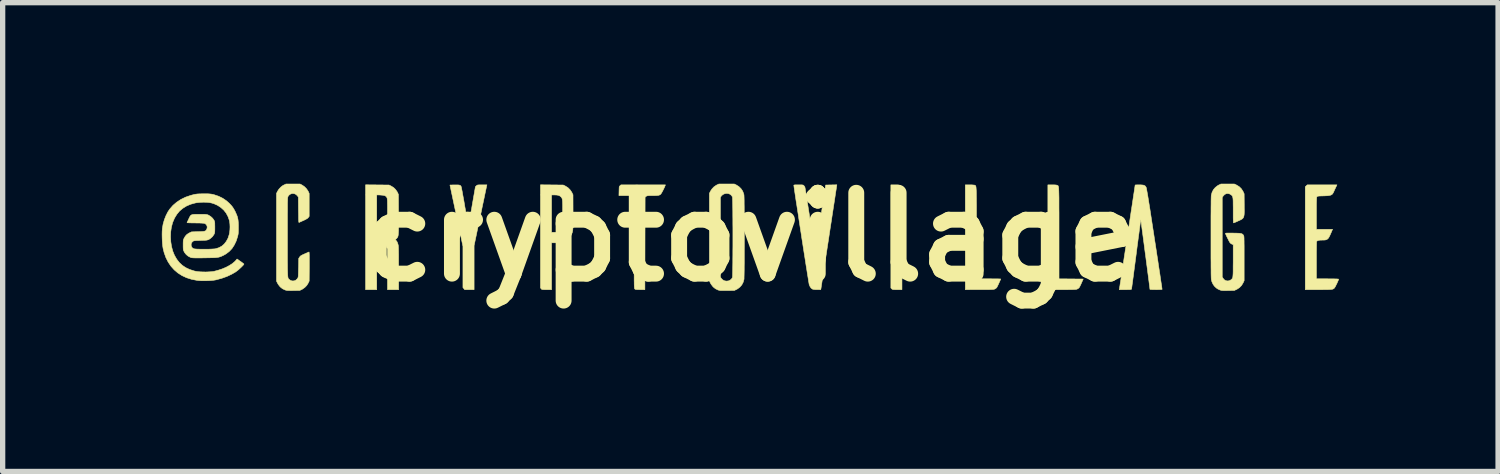
<source format=kicad_pcb>
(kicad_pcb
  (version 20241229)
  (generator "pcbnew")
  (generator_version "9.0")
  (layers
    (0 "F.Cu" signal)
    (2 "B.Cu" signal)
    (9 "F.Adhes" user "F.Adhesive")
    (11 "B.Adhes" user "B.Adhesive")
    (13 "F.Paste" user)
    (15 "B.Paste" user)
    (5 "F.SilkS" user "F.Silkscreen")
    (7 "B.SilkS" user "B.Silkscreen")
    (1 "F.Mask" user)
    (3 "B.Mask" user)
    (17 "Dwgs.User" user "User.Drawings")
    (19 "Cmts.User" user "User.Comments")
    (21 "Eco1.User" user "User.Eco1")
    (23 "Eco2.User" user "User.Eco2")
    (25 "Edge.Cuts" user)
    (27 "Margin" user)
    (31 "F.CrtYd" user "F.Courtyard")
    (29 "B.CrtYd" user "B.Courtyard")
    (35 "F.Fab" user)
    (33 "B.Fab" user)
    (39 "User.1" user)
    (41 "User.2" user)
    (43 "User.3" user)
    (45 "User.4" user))
  (footprint "cryptovillage"
    (layer "F.Cu")
    (at 11.092 1.418)
    (property "Reference" "cryptovillage" (at 0 0 0) (layer "F.SilkS") (effects (font (size 1.524 1.524) (thickness 0.3))))
    (attr through_hole)
    (fp_poly (pts (xy 2.765 -0.984) (xy 2.794 -0.981) (xy 2.815 -0.976) (xy 2.83 -0.968) (xy 2.841 -0.955) (xy 2.847 -0.944) (xy 2.849 -0.94) (xy 2.85 -0.935) (xy 2.851 -0.927) (xy 2.852 -0.916) (xy 2.853 -0.902) (xy 2.854 -0.884) (xy 2.854 -0.861) (xy 2.855 -0.833) (xy 2.856 -0.799) (xy 2.856 -0.759) (xy 2.856 -0.711) (xy 2.857 -0.656) (xy 2.857 -0.592) (xy 2.857 -0.519) (xy 2.857 -0.437) (xy 2.857 -0.345) (xy 2.857 -0.242) (xy 2.857 -0.128) (xy 2.857 -0.001) (xy 2.857 0.034) (xy 2.857 0.991) (xy 2.768 0.991) (xy 2.733 0.991) (xy 2.708 0.99) (xy 2.691 0.989) (xy 2.68 0.986) (xy 2.672 0.982) (xy 2.665 0.977) (xy 2.664 0.975) (xy 2.648 0.959) (xy 2.648 -0.984) (xy 2.724 -0.984) (xy 2.765 -0.984)) (stroke (width 0.01) (type solid)) (fill yes) (layer "F.SilkS"))
    (fp_poly (pts (xy 5.723 -0.984) (xy 5.753 -0.982) (xy 5.774 -0.979) (xy 5.782 -0.977) (xy 5.787 -0.975) (xy 5.791 -0.973) (xy 5.795 -0.971) (xy 5.799 -0.967) (xy 5.802 -0.963) (xy 5.804 -0.955) (xy 5.807 -0.945) (xy 5.809 -0.932) (xy 5.811 -0.914) (xy 5.812 -0.891) (xy 5.813 -0.863) (xy 5.814 -0.829) (xy 5.815 -0.788) (xy 5.816 -0.74) (xy 5.816 -0.684) (xy 5.816 -0.619) (xy 5.816 -0.545) (xy 5.817 -0.462) (xy 5.817 -0.367) (xy 5.817 -0.262) (xy 5.817 -0.145) (xy 5.817 -0.073) (xy 5.817 0.787) (xy 6.273 0.791) (xy 6.241 0.864) (xy 6.225 0.9) (xy 6.212 0.926) (xy 6.202 0.945) (xy 6.193 0.957) (xy 6.183 0.966) (xy 6.172 0.973) (xy 6.163 0.978) (xy 6.156 0.981) (xy 6.149 0.983) (xy 6.139 0.986) (xy 6.127 0.987) (xy 6.11 0.988) (xy 6.088 0.989) (xy 6.059 0.99) (xy 6.021 0.99) (xy 5.975 0.991) (xy 5.918 0.991) (xy 5.872 0.991) (xy 5.607 0.991) (xy 5.607 -0.984) (xy 5.686 -0.984) (xy 5.723 -0.984)) (stroke (width 0.01) (type solid)) (fill yes) (layer "F.SilkS"))
    (fp_poly (pts (xy 4.166 -0.984) (xy 4.195 -0.982) (xy 4.216 -0.98) (xy 4.229 -0.978) (xy 4.229 -0.978) (xy 4.234 -0.976) (xy 4.238 -0.973) (xy 4.241 -0.971) (xy 4.245 -0.967) (xy 4.247 -0.962) (xy 4.25 -0.954) (xy 4.252 -0.943) (xy 4.254 -0.929) (xy 4.255 -0.91) (xy 4.257 -0.886) (xy 4.258 -0.857) (xy 4.259 -0.822) (xy 4.259 -0.78) (xy 4.26 -0.73) (xy 4.26 -0.672) (xy 4.261 -0.606) (xy 4.261 -0.53) (xy 4.261 -0.445) (xy 4.261 -0.349) (xy 4.261 -0.241) (xy 4.261 -0.122) (xy 4.261 -0.073) (xy 4.261 0.787) (xy 4.489 0.787) (xy 4.542 0.787) (xy 4.59 0.788) (xy 4.633 0.788) (xy 4.668 0.788) (xy 4.695 0.789) (xy 4.712 0.789) (xy 4.718 0.79) (xy 4.716 0.797) (xy 4.709 0.813) (xy 4.699 0.836) (xy 4.687 0.862) (xy 4.675 0.889) (xy 4.663 0.914) (xy 4.653 0.934) (xy 4.646 0.948) (xy 4.644 0.951) (xy 4.632 0.963) (xy 4.615 0.975) (xy 4.608 0.978) (xy 4.601 0.981) (xy 4.593 0.984) (xy 4.582 0.986) (xy 4.568 0.987) (xy 4.549 0.988) (xy 4.524 0.989) (xy 4.492 0.99) (xy 4.451 0.99) (xy 4.401 0.99) (xy 4.339 0.99) (xy 4.316 0.99) (xy 4.051 0.991) (xy 4.051 -0.984) (xy 4.134 -0.984) (xy 4.166 -0.984)) (stroke (width 0.01) (type solid)) (fill yes) (layer "F.SilkS"))
    (fp_poly (pts (xy -4.969 -0.97) (xy -4.971 -0.962) (xy -4.975 -0.942) (xy -4.981 -0.912) (xy -4.99 -0.872) (xy -5 -0.823) (xy -5.012 -0.766) (xy -5.025 -0.702) (xy -5.04 -0.633) (xy -5.056 -0.558) (xy -5.072 -0.478) (xy -5.09 -0.397) (xy -5.207 0.162) (xy -5.207 0.991) (xy -5.384 0.991) (xy -5.4 0.971) (xy -5.417 0.952) (xy -5.417 0.175) (xy -5.662 -0.981) (xy -5.574 -0.983) (xy -5.533 -0.983) (xy -5.503 -0.982) (xy -5.482 -0.979) (xy -5.467 -0.973) (xy -5.457 -0.963) (xy -5.45 -0.95) (xy -5.449 -0.947) (xy -5.447 -0.938) (xy -5.443 -0.917) (xy -5.437 -0.887) (xy -5.429 -0.847) (xy -5.421 -0.799) (xy -5.411 -0.745) (xy -5.4 -0.686) (xy -5.389 -0.622) (xy -5.382 -0.578) (xy -5.37 -0.512) (xy -5.359 -0.45) (xy -5.349 -0.393) (xy -5.34 -0.342) (xy -5.332 -0.297) (xy -5.326 -0.261) (xy -5.321 -0.235) (xy -5.317 -0.218) (xy -5.316 -0.214) (xy -5.314 -0.218) (xy -5.31 -0.233) (xy -5.305 -0.26) (xy -5.297 -0.297) (xy -5.289 -0.343) (xy -5.278 -0.399) (xy -5.267 -0.462) (xy -5.254 -0.533) (xy -5.247 -0.576) (xy -5.182 -0.949) (xy -5.163 -0.967) (xy -5.155 -0.974) (xy -5.147 -0.978) (xy -5.137 -0.982) (xy -5.122 -0.983) (xy -5.101 -0.984) (xy -5.07 -0.984) (xy -5.054 -0.984) (xy -4.965 -0.984) (xy -4.969 -0.97)) (stroke (width 0.01) (type solid)) (fill yes) (layer "F.SilkS"))
    (fp_poly (pts (xy -1.606 -0.97) (xy -1.617 -0.943) (xy -1.631 -0.913) (xy -1.646 -0.883) (xy -1.661 -0.854) (xy -1.675 -0.83) (xy -1.686 -0.813) (xy -1.69 -0.808) (xy -1.703 -0.798) (xy -1.717 -0.791) (xy -1.736 -0.786) (xy -1.762 -0.783) (xy -1.795 -0.782) (xy -1.839 -0.781) (xy -1.849 -0.781) (xy -1.887 -0.781) (xy -1.914 -0.781) (xy -1.933 -0.779) (xy -1.946 -0.777) (xy -1.955 -0.774) (xy -1.962 -0.769) (xy -1.967 -0.766) (xy -1.984 -0.75) (xy -1.986 0.12) (xy -1.988 0.991) (xy -2.077 0.991) (xy -2.112 0.99) (xy -2.138 0.99) (xy -2.155 0.988) (xy -2.166 0.986) (xy -2.173 0.982) (xy -2.178 0.978) (xy -2.18 0.976) (xy -2.181 0.973) (xy -2.183 0.97) (xy -2.184 0.964) (xy -2.185 0.956) (xy -2.186 0.945) (xy -2.187 0.93) (xy -2.188 0.911) (xy -2.189 0.886) (xy -2.189 0.856) (xy -2.19 0.82) (xy -2.19 0.777) (xy -2.19 0.726) (xy -2.19 0.667) (xy -2.191 0.6) (xy -2.191 0.522) (xy -2.191 0.435) (xy -2.191 0.337) (xy -2.191 0.228) (xy -2.191 0.106) (xy -2.191 -0.781) (xy -2.477 -0.781) (xy -2.475 -0.867) (xy -2.474 -0.902) (xy -2.473 -0.926) (xy -2.472 -0.942) (xy -2.469 -0.953) (xy -2.464 -0.96) (xy -2.458 -0.967) (xy -2.456 -0.969) (xy -2.438 -0.984) (xy -1.601 -0.984) (xy -1.606 -0.97)) (stroke (width 0.01) (type solid)) (fill yes) (layer "F.SilkS"))
    (fp_poly (pts (xy -3.742 -0.983) (xy -3.527 -0.981) (xy -3.486 -0.961) (xy -3.438 -0.931) (xy -3.398 -0.891) (xy -3.367 -0.846) (xy -3.363 -0.838) (xy -3.343 -0.797) (xy -3.342 -0.481) (xy -3.341 -0.404) (xy -3.341 -0.337) (xy -3.341 -0.281) (xy -3.342 -0.234) (xy -3.343 -0.195) (xy -3.345 -0.163) (xy -3.347 -0.137) (xy -3.35 -0.115) (xy -3.354 -0.096) (xy -3.359 -0.079) (xy -3.366 -0.063) (xy -3.373 -0.047) (xy -3.375 -0.042) (xy -3.389 -0.017) (xy -3.407 0.009) (xy -3.419 0.024) (xy -3.451 0.054) (xy -3.488 0.077) (xy -3.531 0.093) (xy -3.582 0.103) (xy -3.642 0.107) (xy -3.669 0.108) (xy -3.747 0.108) (xy -3.747 0.991) (xy -3.838 0.991) (xy -3.874 0.991) (xy -3.899 0.99) (xy -3.916 0.989) (xy -3.927 0.987) (xy -3.934 0.983) (xy -3.94 0.978) (xy -3.943 0.974) (xy -3.956 0.957) (xy -3.956 -0.089) (xy -3.747 -0.089) (xy -3.682 -0.089) (xy -3.65 -0.089) (xy -3.628 -0.091) (xy -3.612 -0.095) (xy -3.598 -0.1) (xy -3.595 -0.102) (xy -3.576 -0.116) (xy -3.558 -0.134) (xy -3.556 -0.138) (xy -3.54 -0.161) (xy -3.538 -0.423) (xy -3.538 -0.493) (xy -3.538 -0.552) (xy -3.538 -0.6) (xy -3.539 -0.639) (xy -3.54 -0.67) (xy -3.542 -0.694) (xy -3.545 -0.713) (xy -3.549 -0.727) (xy -3.554 -0.738) (xy -3.561 -0.748) (xy -3.568 -0.756) (xy -3.571 -0.759) (xy -3.591 -0.775) (xy -3.615 -0.786) (xy -3.647 -0.792) (xy -3.687 -0.794) (xy -3.694 -0.794) (xy -3.747 -0.794) (xy -3.747 -0.089) (xy -3.956 -0.089) (xy -3.956 -0.985) (xy -3.742 -0.983)) (stroke (width 0.01) (type solid)) (fill yes) (layer "F.SilkS"))
    (fp_poly (pts (xy 11.029 -0.929) (xy 11.016 -0.901) (xy 11.004 -0.875) (xy 10.995 -0.854) (xy 10.992 -0.848) (xy 10.981 -0.827) (xy 10.969 -0.81) (xy 10.954 -0.798) (xy 10.933 -0.789) (xy 10.906 -0.783) (xy 10.87 -0.779) (xy 10.825 -0.777) (xy 10.8 -0.776) (xy 10.759 -0.775) (xy 10.729 -0.774) (xy 10.708 -0.772) (xy 10.695 -0.77) (xy 10.686 -0.768) (xy 10.681 -0.764) (xy 10.677 -0.76) (xy 10.675 -0.755) (xy 10.673 -0.747) (xy 10.672 -0.735) (xy 10.671 -0.717) (xy 10.67 -0.693) (xy 10.669 -0.661) (xy 10.668 -0.621) (xy 10.668 -0.571) (xy 10.668 -0.51) (xy 10.668 -0.446) (xy 10.668 -0.146) (xy 10.972 -0.146) (xy 10.95 -0.094) (xy 10.93 -0.048) (xy 10.913 -0.012) (xy 10.898 0.015) (xy 10.882 0.033) (xy 10.865 0.045) (xy 10.844 0.053) (xy 10.819 0.056) (xy 10.788 0.057) (xy 10.777 0.057) (xy 10.736 0.058) (xy 10.706 0.063) (xy 10.686 0.07) (xy 10.674 0.082) (xy 10.672 0.086) (xy 10.671 0.094) (xy 10.671 0.114) (xy 10.67 0.144) (xy 10.669 0.183) (xy 10.669 0.23) (xy 10.668 0.283) (xy 10.668 0.343) (xy 10.668 0.406) (xy 10.668 0.442) (xy 10.668 0.787) (xy 10.878 0.787) (xy 10.942 0.788) (xy 10.995 0.788) (xy 11.037 0.789) (xy 11.066 0.79) (xy 11.083 0.792) (xy 11.087 0.794) (xy 11.084 0.804) (xy 11.077 0.823) (xy 11.066 0.847) (xy 11.054 0.875) (xy 11.04 0.902) (xy 11.028 0.927) (xy 11.017 0.946) (xy 11.01 0.957) (xy 11.009 0.958) (xy 11.002 0.966) (xy 10.994 0.972) (xy 10.984 0.978) (xy 10.973 0.982) (xy 10.957 0.985) (xy 10.936 0.987) (xy 10.908 0.989) (xy 10.873 0.99) (xy 10.829 0.99) (xy 10.775 0.991) (xy 10.71 0.991) (xy 10.706 0.991) (xy 10.458 0.991) (xy 10.458 -0.947) (xy 10.477 -0.966) (xy 10.496 -0.984) (xy 10.775 -0.984) (xy 11.055 -0.984) (xy 11.029 -0.929)) (stroke (width 0.01) (type solid)) (fill yes) (layer "F.SilkS"))
    (fp_poly (pts (xy -7.031 -0.983) (xy -6.81 -0.981) (xy -6.768 -0.96) (xy -6.723 -0.932) (xy -6.685 -0.894) (xy -6.654 -0.849) (xy -6.649 -0.838) (xy -6.633 -0.803) (xy -6.631 -0.433) (xy -6.63 -0.349) (xy -6.63 -0.277) (xy -6.63 -0.216) (xy -6.631 -0.165) (xy -6.631 -0.123) (xy -6.633 -0.088) (xy -6.635 -0.06) (xy -6.637 -0.038) (xy -6.64 -0.02) (xy -6.645 -0.006) (xy -6.65 0.004) (xy -6.656 0.014) (xy -6.663 0.022) (xy -6.67 0.03) (xy -6.683 0.042) (xy -6.687 0.05) (xy -6.684 0.056) (xy -6.679 0.062) (xy -6.661 0.084) (xy -6.647 0.116) (xy -6.637 0.151) (xy -6.635 0.165) (xy -6.633 0.191) (xy -6.632 0.228) (xy -6.631 0.276) (xy -6.63 0.337) (xy -6.63 0.41) (xy -6.63 0.495) (xy -6.629 0.588) (xy -6.629 0.991) (xy -6.839 0.991) (xy -6.839 0.224) (xy -6.853 0.197) (xy -6.867 0.176) (xy -6.883 0.162) (xy -6.904 0.153) (xy -6.932 0.148) (xy -6.97 0.146) (xy -6.977 0.146) (xy -7.042 0.146) (xy -7.042 0.991) (xy -7.252 0.991) (xy -7.252 -0.049) (xy -7.042 -0.049) (xy -6.974 -0.052) (xy -6.931 -0.056) (xy -6.9 -0.061) (xy -6.885 -0.066) (xy -6.868 -0.079) (xy -6.854 -0.097) (xy -6.852 -0.101) (xy -6.849 -0.108) (xy -6.846 -0.115) (xy -6.844 -0.123) (xy -6.843 -0.135) (xy -6.841 -0.151) (xy -6.84 -0.172) (xy -6.84 -0.2) (xy -6.839 -0.235) (xy -6.839 -0.28) (xy -6.839 -0.334) (xy -6.839 -0.399) (xy -6.839 -0.424) (xy -6.839 -0.493) (xy -6.839 -0.552) (xy -6.839 -0.599) (xy -6.84 -0.638) (xy -6.84 -0.668) (xy -6.841 -0.692) (xy -6.843 -0.709) (xy -6.844 -0.722) (xy -6.846 -0.732) (xy -6.848 -0.739) (xy -6.85 -0.743) (xy -6.862 -0.761) (xy -6.878 -0.775) (xy -6.9 -0.784) (xy -6.931 -0.789) (xy -6.971 -0.792) (xy -6.973 -0.793) (xy -7.042 -0.795) (xy -7.042 -0.049) (xy -7.252 -0.049) (xy -7.252 -0.985) (xy -7.031 -0.983)) (stroke (width 0.01) (type solid)) (fill yes) (layer "F.SilkS"))
    (fp_poly (pts (xy -0.265 -0.982) (xy -0.217 -0.952) (xy -0.176 -0.912) (xy -0.145 -0.866) (xy -0.125 -0.814) (xy -0.121 -0.794) (xy -0.12 -0.783) (xy -0.119 -0.76) (xy -0.118 -0.726) (xy -0.117 -0.683) (xy -0.117 -0.63) (xy -0.116 -0.57) (xy -0.116 -0.503) (xy -0.115 -0.429) (xy -0.115 -0.351) (xy -0.115 -0.269) (xy -0.114 -0.184) (xy -0.114 -0.097) (xy -0.114 -0.009) (xy -0.114 0.079) (xy -0.114 0.167) (xy -0.115 0.252) (xy -0.115 0.335) (xy -0.115 0.414) (xy -0.115 0.489) (xy -0.116 0.557) (xy -0.116 0.619) (xy -0.117 0.673) (xy -0.118 0.719) (xy -0.119 0.755) (xy -0.119 0.781) (xy -0.12 0.795) (xy -0.12 0.796) (xy -0.135 0.85) (xy -0.161 0.9) (xy -0.197 0.942) (xy -0.24 0.975) (xy -0.26 0.986) (xy -0.301 1.006) (xy -0.438 1.008) (xy -0.484 1.008) (xy -0.52 1.008) (xy -0.547 1.008) (xy -0.567 1.007) (xy -0.583 1.004) (xy -0.596 1.001) (xy -0.608 0.998) (xy -0.659 0.973) (xy -0.702 0.938) (xy -0.737 0.894) (xy -0.754 0.864) (xy -0.772 0.829) (xy -0.772 -0.747) (xy -0.565 -0.747) (xy -0.565 0.754) (xy -0.551 0.775) (xy -0.524 0.804) (xy -0.491 0.823) (xy -0.453 0.83) (xy -0.413 0.826) (xy -0.411 0.825) (xy -0.382 0.812) (xy -0.357 0.791) (xy -0.34 0.766) (xy -0.339 0.764) (xy -0.337 0.754) (xy -0.336 0.733) (xy -0.335 0.701) (xy -0.334 0.659) (xy -0.333 0.608) (xy -0.332 0.549) (xy -0.331 0.484) (xy -0.331 0.413) (xy -0.33 0.337) (xy -0.33 0.256) (xy -0.329 0.173) (xy -0.329 0.089) (xy -0.329 0.003) (xy -0.329 -0.083) (xy -0.329 -0.168) (xy -0.33 -0.251) (xy -0.33 -0.331) (xy -0.331 -0.407) (xy -0.331 -0.478) (xy -0.332 -0.544) (xy -0.333 -0.602) (xy -0.334 -0.653) (xy -0.335 -0.695) (xy -0.336 -0.727) (xy -0.337 -0.748) (xy -0.339 -0.758) (xy -0.357 -0.786) (xy -0.383 -0.807) (xy -0.413 -0.819) (xy -0.447 -0.823) (xy -0.481 -0.818) (xy -0.512 -0.805) (xy -0.54 -0.783) (xy -0.551 -0.769) (xy -0.565 -0.747) (xy -0.772 -0.747) (xy -0.772 -0.822) (xy -0.755 -0.859) (xy -0.726 -0.904) (xy -0.689 -0.944) (xy -0.645 -0.975) (xy -0.636 -0.98) (xy -0.594 -1) (xy -0.302 -1) (xy -0.265 -0.982)) (stroke (width 0.01) (type solid)) (fill yes) (layer "F.SilkS"))
    (fp_poly (pts (xy 1.625 -0.951) (xy 1.623 -0.941) (xy 1.62 -0.919) (xy 1.615 -0.886) (xy 1.608 -0.843) (xy 1.6 -0.79) (xy 1.591 -0.728) (xy 1.58 -0.657) (xy 1.568 -0.58) (xy 1.555 -0.495) (xy 1.541 -0.404) (xy 1.527 -0.309) (xy 1.511 -0.208) (xy 1.495 -0.103) (xy 1.479 0.004) (xy 1.477 0.019) (xy 1.46 0.127) (xy 1.444 0.231) (xy 1.429 0.332) (xy 1.414 0.427) (xy 1.4 0.518) (xy 1.387 0.602) (xy 1.375 0.68) (xy 1.365 0.75) (xy 1.355 0.811) (xy 1.347 0.864) (xy 1.34 0.908) (xy 1.335 0.941) (xy 1.332 0.962) (xy 1.33 0.973) (xy 1.33 0.973) (xy 1.326 0.991) (xy 1.258 0.99) (xy 1.222 0.99) (xy 1.196 0.987) (xy 1.177 0.983) (xy 1.17 0.98) (xy 1.145 0.962) (xy 1.125 0.933) (xy 1.109 0.897) (xy 1.108 0.892) (xy 1.106 0.883) (xy 1.103 0.862) (xy 1.097 0.831) (xy 1.091 0.789) (xy 1.083 0.739) (xy 1.073 0.68) (xy 1.063 0.614) (xy 1.051 0.541) (xy 1.039 0.463) (xy 1.026 0.379) (xy 1.012 0.292) (xy 0.998 0.202) (xy 0.984 0.11) (xy 0.969 0.016) (xy 0.955 -0.078) (xy 0.94 -0.172) (xy 0.926 -0.265) (xy 0.912 -0.356) (xy 0.899 -0.444) (xy 0.886 -0.528) (xy 0.874 -0.607) (xy 0.862 -0.681) (xy 0.852 -0.748) (xy 0.843 -0.809) (xy 0.835 -0.861) (xy 0.829 -0.904) (xy 0.824 -0.938) (xy 0.821 -0.961) (xy 0.819 -0.973) (xy 0.819 -0.973) (xy 0.82 -0.978) (xy 0.825 -0.981) (xy 0.836 -0.983) (xy 0.853 -0.984) (xy 0.881 -0.984) (xy 0.907 -0.984) (xy 0.942 -0.984) (xy 0.967 -0.984) (xy 0.984 -0.982) (xy 0.994 -0.98) (xy 1.002 -0.976) (xy 1.007 -0.97) (xy 1.008 -0.97) (xy 1.02 -0.955) (xy 1.027 -0.943) (xy 1.029 -0.935) (xy 1.033 -0.915) (xy 1.038 -0.885) (xy 1.045 -0.845) (xy 1.053 -0.795) (xy 1.062 -0.737) (xy 1.072 -0.672) (xy 1.083 -0.601) (xy 1.095 -0.524) (xy 1.108 -0.442) (xy 1.121 -0.356) (xy 1.128 -0.311) (xy 1.141 -0.225) (xy 1.154 -0.142) (xy 1.166 -0.064) (xy 1.177 0.009) (xy 1.188 0.075) (xy 1.197 0.134) (xy 1.205 0.185) (xy 1.212 0.228) (xy 1.218 0.261) (xy 1.222 0.283) (xy 1.224 0.294) (xy 1.224 0.295) (xy 1.226 0.287) (xy 1.229 0.267) (xy 1.233 0.237) (xy 1.239 0.197) (xy 1.247 0.147) (xy 1.256 0.089) (xy 1.266 0.024) (xy 1.277 -0.047) (xy 1.288 -0.125) (xy 1.301 -0.207) (xy 1.314 -0.293) (xy 1.323 -0.349) (xy 1.419 -0.981) (xy 1.63 -0.985) (xy 1.625 -0.951)) (stroke (width 0.01) (type solid)) (fill yes) (layer "F.SilkS"))
    (fp_poly (pts (xy 7.371 -0.983) (xy 7.402 -0.98) (xy 7.424 -0.974) (xy 7.441 -0.963) (xy 7.453 -0.948) (xy 7.461 -0.932) (xy 7.464 -0.922) (xy 7.468 -0.9) (xy 7.474 -0.866) (xy 7.482 -0.821) (xy 7.492 -0.764) (xy 7.503 -0.695) (xy 7.516 -0.614) (xy 7.531 -0.521) (xy 7.547 -0.416) (xy 7.565 -0.298) (xy 7.585 -0.168) (xy 7.607 -0.026) (xy 7.616 0.035) (xy 7.633 0.143) (xy 7.649 0.247) (xy 7.664 0.347) (xy 7.679 0.443) (xy 7.692 0.533) (xy 7.705 0.617) (xy 7.717 0.694) (xy 7.727 0.763) (xy 7.736 0.824) (xy 7.744 0.876) (xy 7.751 0.919) (xy 7.755 0.951) (xy 7.758 0.973) (xy 7.76 0.982) (xy 7.76 0.983) (xy 7.757 0.986) (xy 7.747 0.988) (xy 7.728 0.989) (xy 7.7 0.99) (xy 7.661 0.991) (xy 7.645 0.991) (xy 7.609 0.99) (xy 7.577 0.99) (xy 7.552 0.988) (xy 7.536 0.987) (xy 7.531 0.985) (xy 7.53 0.978) (xy 7.528 0.959) (xy 7.524 0.929) (xy 7.519 0.89) (xy 7.513 0.843) (xy 7.506 0.788) (xy 7.498 0.727) (xy 7.489 0.66) (xy 7.48 0.589) (xy 7.47 0.514) (xy 7.46 0.437) (xy 7.45 0.359) (xy 7.439 0.28) (xy 7.429 0.202) (xy 7.419 0.126) (xy 7.409 0.052) (xy 7.4 -0.018) (xy 7.391 -0.084) (xy 7.383 -0.144) (xy 7.376 -0.197) (xy 7.37 -0.242) (xy 7.365 -0.279) (xy 7.361 -0.306) (xy 7.359 -0.323) (xy 7.358 -0.327) (xy 7.357 -0.322) (xy 7.354 -0.304) (xy 7.35 -0.275) (xy 7.345 -0.237) (xy 7.339 -0.189) (xy 7.331 -0.132) (xy 7.323 -0.068) (xy 7.313 0.003) (xy 7.303 0.08) (xy 7.292 0.162) (xy 7.281 0.248) (xy 7.272 0.319) (xy 7.26 0.409) (xy 7.249 0.495) (xy 7.238 0.577) (xy 7.228 0.653) (xy 7.219 0.724) (xy 7.21 0.788) (xy 7.203 0.844) (xy 7.196 0.892) (xy 7.191 0.93) (xy 7.187 0.958) (xy 7.185 0.975) (xy 7.184 0.979) (xy 7.182 0.983) (xy 7.177 0.986) (xy 7.167 0.988) (xy 7.151 0.99) (xy 7.127 0.99) (xy 7.093 0.991) (xy 7.067 0.991) (xy 6.952 0.991) (xy 6.956 0.973) (xy 6.957 0.965) (xy 6.96 0.945) (xy 6.965 0.915) (xy 6.971 0.874) (xy 6.979 0.825) (xy 6.988 0.767) (xy 6.998 0.701) (xy 7.009 0.629) (xy 7.02 0.551) (xy 7.033 0.468) (xy 7.046 0.38) (xy 7.06 0.29) (xy 7.074 0.196) (xy 7.089 0.101) (xy 7.103 0.006) (xy 7.118 -0.09) (xy 7.132 -0.186) (xy 7.146 -0.279) (xy 7.16 -0.371) (xy 7.173 -0.459) (xy 7.186 -0.542) (xy 7.198 -0.622) (xy 7.209 -0.695) (xy 7.219 -0.762) (xy 7.228 -0.821) (xy 7.236 -0.872) (xy 7.242 -0.915) (xy 7.247 -0.947) (xy 7.25 -0.969) (xy 7.252 -0.979) (xy 7.252 -0.98) (xy 7.258 -0.982) (xy 7.274 -0.983) (xy 7.298 -0.984) (xy 7.327 -0.984) (xy 7.329 -0.984) (xy 7.371 -0.983)) (stroke (width 0.01) (type solid)) (fill yes) (layer "F.SilkS"))
    (fp_poly (pts (xy -8.449 -0.98) (xy -8.408 -0.953) (xy -8.37 -0.916) (xy -8.341 -0.875) (xy -8.332 -0.859) (xy -8.315 -0.822) (xy -8.315 -0.39) (xy -8.332 -0.368) (xy -8.343 -0.356) (xy -8.361 -0.344) (xy -8.386 -0.33) (xy -8.421 -0.313) (xy -8.424 -0.312) (xy -8.453 -0.299) (xy -8.478 -0.288) (xy -8.497 -0.279) (xy -8.507 -0.275) (xy -8.507 -0.275) (xy -8.509 -0.277) (xy -8.511 -0.286) (xy -8.512 -0.302) (xy -8.514 -0.326) (xy -8.515 -0.36) (xy -8.515 -0.404) (xy -8.516 -0.459) (xy -8.517 -0.513) (xy -8.519 -0.753) (xy -8.536 -0.777) (xy -8.563 -0.803) (xy -8.595 -0.818) (xy -8.629 -0.821) (xy -8.647 -0.818) (xy -8.676 -0.806) (xy -8.699 -0.786) (xy -8.712 -0.768) (xy -8.714 -0.764) (xy -8.715 -0.761) (xy -8.717 -0.756) (xy -8.718 -0.749) (xy -8.72 -0.74) (xy -8.721 -0.728) (xy -8.722 -0.712) (xy -8.722 -0.691) (xy -8.723 -0.666) (xy -8.724 -0.634) (xy -8.724 -0.596) (xy -8.724 -0.55) (xy -8.724 -0.496) (xy -8.725 -0.434) (xy -8.725 -0.362) (xy -8.725 -0.28) (xy -8.725 -0.187) (xy -8.725 -0.083) (xy -8.725 0.002) (xy -8.725 0.117) (xy -8.725 0.219) (xy -8.725 0.31) (xy -8.725 0.391) (xy -8.725 0.462) (xy -8.724 0.523) (xy -8.724 0.576) (xy -8.723 0.621) (xy -8.722 0.659) (xy -8.721 0.69) (xy -8.72 0.716) (xy -8.718 0.737) (xy -8.716 0.753) (xy -8.714 0.765) (xy -8.711 0.774) (xy -8.708 0.781) (xy -8.704 0.787) (xy -8.7 0.791) (xy -8.695 0.795) (xy -8.69 0.8) (xy -8.689 0.801) (xy -8.661 0.82) (xy -8.629 0.827) (xy -8.597 0.825) (xy -8.567 0.812) (xy -8.542 0.789) (xy -8.531 0.774) (xy -8.527 0.767) (xy -8.524 0.758) (xy -8.522 0.747) (xy -8.52 0.731) (xy -8.519 0.709) (xy -8.518 0.679) (xy -8.517 0.641) (xy -8.516 0.591) (xy -8.515 0.577) (xy -8.512 0.402) (xy -8.495 0.377) (xy -8.487 0.365) (xy -8.476 0.355) (xy -8.461 0.346) (xy -8.439 0.334) (xy -8.408 0.32) (xy -8.403 0.318) (xy -8.374 0.305) (xy -8.349 0.294) (xy -8.33 0.286) (xy -8.32 0.281) (xy -8.32 0.281) (xy -8.318 0.282) (xy -8.316 0.289) (xy -8.315 0.301) (xy -8.314 0.32) (xy -8.313 0.347) (xy -8.313 0.383) (xy -8.313 0.429) (xy -8.313 0.486) (xy -8.313 0.553) (xy -8.315 0.829) (xy -8.332 0.865) (xy -8.36 0.911) (xy -8.398 0.95) (xy -8.442 0.981) (xy -8.451 0.986) (xy -8.493 1.006) (xy -8.614 1.008) (xy -8.657 1.009) (xy -8.69 1.008) (xy -8.715 1.008) (xy -8.734 1.006) (xy -8.749 1.003) (xy -8.762 0.999) (xy -8.767 0.998) (xy -8.819 0.973) (xy -8.862 0.938) (xy -8.897 0.894) (xy -8.914 0.864) (xy -8.931 0.829) (xy -8.931 -0.822) (xy -8.913 -0.86) (xy -8.886 -0.902) (xy -8.85 -0.941) (xy -8.81 -0.972) (xy -8.792 -0.981) (xy -8.753 -1) (xy -8.487 -1) (xy -8.449 -0.98)) (stroke (width 0.01) (type solid)) (fill yes) (layer "F.SilkS"))
    (fp_poly (pts (xy 9.164 -0.98) (xy 9.213 -0.95) (xy 9.253 -0.911) (xy 9.283 -0.864) (xy 9.286 -0.859) (xy 9.306 -0.816) (xy 9.308 -0.611) (xy 9.308 -0.547) (xy 9.309 -0.495) (xy 9.308 -0.453) (xy 9.306 -0.42) (xy 9.301 -0.393) (xy 9.294 -0.372) (xy 9.284 -0.356) (xy 9.269 -0.342) (xy 9.25 -0.33) (xy 9.226 -0.318) (xy 9.197 -0.305) (xy 9.177 -0.296) (xy 9.151 -0.284) (xy 9.128 -0.275) (xy 9.112 -0.269) (xy 9.106 -0.267) (xy 9.104 -0.273) (xy 9.103 -0.292) (xy 9.101 -0.322) (xy 9.1 -0.364) (xy 9.1 -0.418) (xy 9.1 -0.482) (xy 9.1 -0.502) (xy 9.1 -0.566) (xy 9.099 -0.62) (xy 9.099 -0.663) (xy 9.098 -0.697) (xy 9.096 -0.723) (xy 9.093 -0.744) (xy 9.089 -0.759) (xy 9.085 -0.771) (xy 9.078 -0.78) (xy 9.071 -0.788) (xy 9.062 -0.795) (xy 9.031 -0.814) (xy 8.998 -0.821) (xy 8.966 -0.817) (xy 8.937 -0.801) (xy 8.912 -0.775) (xy 8.908 -0.769) (xy 8.893 -0.746) (xy 8.893 0.752) (xy 8.908 0.776) (xy 8.931 0.804) (xy 8.96 0.821) (xy 8.992 0.827) (xy 9.025 0.823) (xy 9.057 0.806) (xy 9.062 0.802) (xy 9.07 0.795) (xy 9.077 0.788) (xy 9.083 0.78) (xy 9.088 0.77) (xy 9.092 0.756) (xy 9.094 0.739) (xy 9.096 0.716) (xy 9.098 0.686) (xy 9.099 0.649) (xy 9.099 0.603) (xy 9.099 0.547) (xy 9.1 0.481) (xy 9.1 0.443) (xy 9.1 0.142) (xy 9.077 0.134) (xy 9.059 0.124) (xy 9.041 0.108) (xy 9.039 0.105) (xy 9.031 0.093) (xy 9.02 0.073) (xy 9.007 0.047) (xy 8.993 0.019) (xy 8.979 -0.009) (xy 8.967 -0.035) (xy 8.958 -0.055) (xy 8.954 -0.068) (xy 8.954 -0.071) (xy 8.958 -0.073) (xy 8.974 -0.075) (xy 9 -0.076) (xy 9.037 -0.076) (xy 9.087 -0.075) (xy 9.098 -0.075) (xy 9.149 -0.074) (xy 9.19 -0.073) (xy 9.22 -0.071) (xy 9.243 -0.067) (xy 9.261 -0.063) (xy 9.273 -0.056) (xy 9.283 -0.048) (xy 9.292 -0.037) (xy 9.294 -0.034) (xy 9.296 -0.03) (xy 9.298 -0.025) (xy 9.3 -0.018) (xy 9.302 -0.008) (xy 9.303 0.006) (xy 9.304 0.024) (xy 9.304 0.048) (xy 9.305 0.079) (xy 9.305 0.117) (xy 9.306 0.164) (xy 9.306 0.22) (xy 9.306 0.287) (xy 9.306 0.365) (xy 9.306 0.403) (xy 9.306 0.822) (xy 9.286 0.864) (xy 9.257 0.912) (xy 9.218 0.952) (xy 9.171 0.983) (xy 9.164 0.986) (xy 9.122 1.006) (xy 9.001 1.008) (xy 8.959 1.009) (xy 8.927 1.009) (xy 8.903 1.008) (xy 8.885 1.007) (xy 8.871 1.004) (xy 8.859 1) (xy 8.846 0.995) (xy 8.845 0.995) (xy 8.809 0.978) (xy 8.78 0.958) (xy 8.753 0.932) (xy 8.747 0.927) (xy 8.719 0.887) (xy 8.698 0.841) (xy 8.687 0.796) (xy 8.686 0.784) (xy 8.685 0.76) (xy 8.684 0.725) (xy 8.683 0.679) (xy 8.683 0.622) (xy 8.682 0.556) (xy 8.682 0.481) (xy 8.681 0.397) (xy 8.681 0.306) (xy 8.681 0.208) (xy 8.681 0.103) (xy 8.681 0.003) (xy 8.681 -0.107) (xy 8.681 -0.212) (xy 8.681 -0.309) (xy 8.681 -0.4) (xy 8.682 -0.483) (xy 8.682 -0.557) (xy 8.683 -0.622) (xy 8.683 -0.677) (xy 8.684 -0.723) (xy 8.685 -0.757) (xy 8.686 -0.779) (xy 8.687 -0.789) (xy 8.702 -0.844) (xy 8.727 -0.893) (xy 8.763 -0.935) (xy 8.807 -0.969) (xy 8.826 -0.98) (xy 8.868 -1) (xy 9.122 -1) (xy 9.164 -0.98)) (stroke (width 0.01) (type solid)) (fill yes) (layer "F.SilkS"))
    (fp_poly (pts (xy -10.297 -0.815) (xy -10.252 -0.815) (xy -10.218 -0.815) (xy -10.191 -0.813) (xy -10.169 -0.811) (xy -10.15 -0.808) (xy -10.13 -0.804) (xy -10.108 -0.798) (xy -10.107 -0.798) (xy -10.021 -0.769) (xy -9.944 -0.731) (xy -9.875 -0.684) (xy -9.822 -0.637) (xy -9.785 -0.598) (xy -9.756 -0.562) (xy -9.732 -0.523) (xy -9.708 -0.479) (xy -9.706 -0.473) (xy -9.687 -0.431) (xy -9.672 -0.394) (xy -9.662 -0.358) (xy -9.655 -0.32) (xy -9.651 -0.277) (xy -9.649 -0.226) (xy -9.649 -0.187) (xy -9.649 -0.143) (xy -9.65 -0.109) (xy -9.651 -0.082) (xy -9.653 -0.059) (xy -9.657 -0.039) (xy -9.662 -0.018) (xy -9.664 -0.01) (xy -9.691 0.075) (xy -9.727 0.15) (xy -9.77 0.216) (xy -9.822 0.271) (xy -9.881 0.316) (xy -9.928 0.343) (xy -9.952 0.354) (xy -9.973 0.364) (xy -9.993 0.371) (xy -10.013 0.377) (xy -10.035 0.382) (xy -10.06 0.385) (xy -10.091 0.388) (xy -10.128 0.389) (xy -10.173 0.39) (xy -10.228 0.391) (xy -10.287 0.392) (xy -10.348 0.393) (xy -10.397 0.393) (xy -10.436 0.393) (xy -10.467 0.393) (xy -10.491 0.392) (xy -10.509 0.391) (xy -10.523 0.39) (xy -10.535 0.388) (xy -10.544 0.385) (xy -10.554 0.381) (xy -10.555 0.381) (xy -10.595 0.36) (xy -10.632 0.33) (xy -10.662 0.293) (xy -10.672 0.274) (xy -10.68 0.259) (xy -10.684 0.246) (xy -10.688 0.231) (xy -10.689 0.213) (xy -10.69 0.188) (xy -10.69 0.153) (xy -10.69 0.149) (xy -10.69 0.113) (xy -10.689 0.087) (xy -10.688 0.068) (xy -10.685 0.052) (xy -10.68 0.039) (xy -10.674 0.025) (xy -10.65 -0.016) (xy -10.621 -0.048) (xy -10.584 -0.073) (xy -10.574 -0.078) (xy -10.532 -0.098) (xy -10.411 -0.102) (xy -10.365 -0.103) (xy -10.33 -0.105) (xy -10.304 -0.107) (xy -10.285 -0.111) (xy -10.271 -0.117) (xy -10.261 -0.124) (xy -10.253 -0.135) (xy -10.249 -0.142) (xy -10.238 -0.17) (xy -10.238 -0.199) (xy -10.248 -0.226) (xy -10.268 -0.247) (xy -10.276 -0.252) (xy -10.284 -0.256) (xy -10.294 -0.259) (xy -10.308 -0.261) (xy -10.328 -0.262) (xy -10.355 -0.264) (xy -10.391 -0.265) (xy -10.437 -0.265) (xy -10.457 -0.266) (xy -10.5 -0.266) (xy -10.54 -0.267) (xy -10.572 -0.268) (xy -10.597 -0.269) (xy -10.613 -0.27) (xy -10.617 -0.271) (xy -10.615 -0.277) (xy -10.608 -0.293) (xy -10.597 -0.315) (xy -10.586 -0.339) (xy -10.573 -0.367) (xy -10.562 -0.388) (xy -10.552 -0.403) (xy -10.539 -0.414) (xy -10.523 -0.422) (xy -10.502 -0.426) (xy -10.474 -0.428) (xy -10.436 -0.429) (xy -10.389 -0.429) (xy -10.383 -0.429) (xy -10.337 -0.429) (xy -10.303 -0.428) (xy -10.277 -0.428) (xy -10.258 -0.426) (xy -10.244 -0.424) (xy -10.232 -0.421) (xy -10.221 -0.417) (xy -10.21 -0.412) (xy -10.17 -0.387) (xy -10.134 -0.354) (xy -10.108 -0.316) (xy -10.102 -0.305) (xy -10.099 -0.294) (xy -10.096 -0.28) (xy -10.094 -0.262) (xy -10.094 -0.237) (xy -10.093 -0.202) (xy -10.093 -0.184) (xy -10.093 -0.145) (xy -10.094 -0.116) (xy -10.095 -0.095) (xy -10.097 -0.08) (xy -10.101 -0.068) (xy -10.105 -0.057) (xy -10.108 -0.052) (xy -10.137 -0.009) (xy -10.175 0.025) (xy -10.203 0.043) (xy -10.216 0.049) (xy -10.228 0.053) (xy -10.241 0.057) (xy -10.258 0.059) (xy -10.279 0.061) (xy -10.309 0.062) (xy -10.348 0.063) (xy -10.363 0.064) (xy -10.407 0.065) (xy -10.44 0.066) (xy -10.464 0.068) (xy -10.481 0.07) (xy -10.493 0.073) (xy -10.501 0.077) (xy -10.505 0.079) (xy -10.526 0.1) (xy -10.538 0.125) (xy -10.54 0.153) (xy -10.533 0.18) (xy -10.518 0.203) (xy -10.494 0.219) (xy -10.493 0.219) (xy -10.479 0.222) (xy -10.455 0.225) (xy -10.422 0.227) (xy -10.382 0.228) (xy -10.338 0.229) (xy -10.291 0.229) (xy -10.244 0.229) (xy -10.198 0.228) (xy -10.156 0.226) (xy -10.12 0.224) (xy -10.091 0.222) (xy -10.076 0.219) (xy -10.016 0.2) (xy -9.962 0.171) (xy -9.916 0.131) (xy -9.877 0.081) (xy -9.845 0.022) (xy -9.823 -0.045) (xy -9.814 -0.088) (xy -9.809 -0.138) (xy -9.807 -0.191) (xy -9.809 -0.243) (xy -9.814 -0.289) (xy -9.819 -0.314) (xy -9.845 -0.387) (xy -9.88 -0.452) (xy -9.925 -0.509) (xy -9.98 -0.558) (xy -10.043 -0.599) (xy -10.113 -0.63) (xy -10.154 -0.642) (xy -10.199 -0.651) (xy -10.254 -0.656) (xy -10.313 -0.657) (xy -10.373 -0.654) (xy -10.431 -0.648) (xy -10.465 -0.642) (xy -10.551 -0.618) (xy -10.628 -0.585) (xy -10.697 -0.542) (xy -10.758 -0.491) (xy -10.809 -0.429) (xy -10.852 -0.359) (xy -10.886 -0.28) (xy -10.89 -0.269) (xy -10.912 -0.185) (xy -10.925 -0.096) (xy -10.928 -0.004) (xy -10.923 0.089) (xy -10.909 0.179) (xy -10.886 0.265) (xy -10.854 0.344) (xy -10.852 0.347) (xy -10.811 0.418) (xy -10.763 0.48) (xy -10.706 0.533) (xy -10.642 0.576) (xy -10.568 0.611) (xy -10.484 0.638) (xy -10.452 0.645) (xy -10.415 0.651) (xy -10.369 0.655) (xy -10.318 0.657) (xy -10.264 0.658) (xy -10.211 0.656) (xy -10.162 0.653) (xy -10.122 0.648) (xy -10.109 0.646) (xy -10.03 0.625) (xy -9.954 0.6) (xy -9.883 0.57) (xy -9.819 0.536) (xy -9.763 0.5) (xy -9.717 0.461) (xy -9.698 0.441) (xy -9.674 0.413) (xy -9.611 0.458) (xy -9.586 0.475) (xy -9.566 0.491) (xy -9.551 0.502) (xy -9.545 0.508) (xy -9.545 0.508) (xy -9.548 0.516) (xy -9.559 0.53) (xy -9.577 0.549) (xy -9.599 0.571) (xy -9.624 0.594) (xy -9.649 0.617) (xy -9.674 0.637) (xy -9.697 0.653) (xy -9.698 0.655) (xy -9.776 0.7) (xy -9.863 0.741) (xy -9.957 0.775) (xy -10.055 0.802) (xy -10.074 0.807) (xy -10.117 0.814) (xy -10.168 0.819) (xy -10.225 0.822) (xy -10.284 0.823) (xy -10.342 0.823) (xy -10.394 0.82) (xy -10.429 0.816) (xy -10.531 0.796) (xy -10.626 0.766) (xy -10.712 0.726) (xy -10.79 0.676) (xy -10.859 0.617) (xy -10.92 0.549) (xy -10.972 0.472) (xy -11.015 0.387) (xy -11.049 0.292) (xy -11.069 0.211) (xy -11.075 0.171) (xy -11.08 0.121) (xy -11.084 0.066) (xy -11.086 0.007) (xy -11.087 -0.05) (xy -11.086 -0.104) (xy -11.083 -0.151) (xy -11.081 -0.169) (xy -11.067 -0.249) (xy -11.044 -0.328) (xy -11.014 -0.404) (xy -10.979 -0.473) (xy -10.943 -0.527) (xy -10.882 -0.597) (xy -10.812 -0.657) (xy -10.733 -0.709) (xy -10.645 -0.752) (xy -10.549 -0.785) (xy -10.485 -0.802) (xy -10.461 -0.807) (xy -10.437 -0.81) (xy -10.412 -0.813) (xy -10.382 -0.814) (xy -10.345 -0.815) (xy -10.299 -0.815) (xy -10.297 -0.815)) (stroke (width 0.01) (type solid)) (fill yes) (layer "F.SilkS")))
  (gr_rect
    (start -3 -3)
    (end 25.184 5.836)
    (stroke (width 0.1) (type default))
    (fill no)
    (layer "Edge.Cuts")))
</source>
